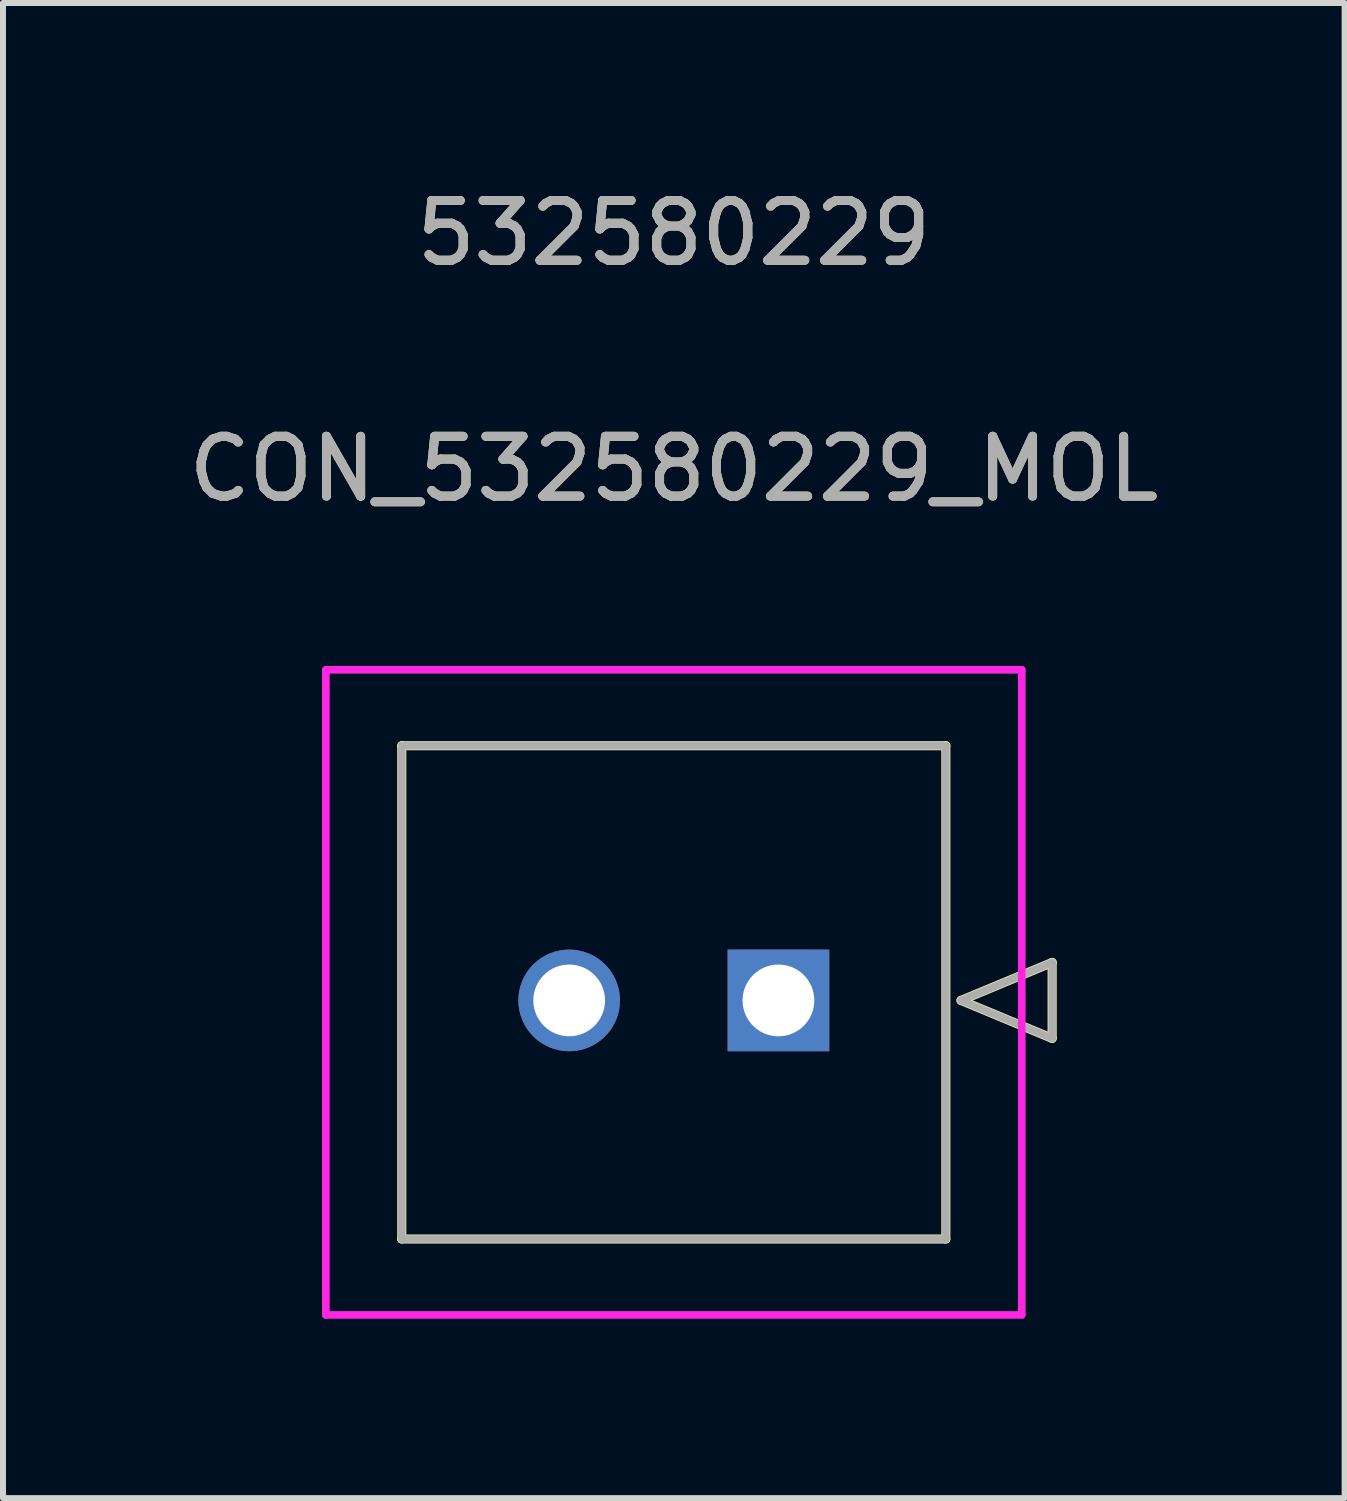
<source format=kicad_pcb>
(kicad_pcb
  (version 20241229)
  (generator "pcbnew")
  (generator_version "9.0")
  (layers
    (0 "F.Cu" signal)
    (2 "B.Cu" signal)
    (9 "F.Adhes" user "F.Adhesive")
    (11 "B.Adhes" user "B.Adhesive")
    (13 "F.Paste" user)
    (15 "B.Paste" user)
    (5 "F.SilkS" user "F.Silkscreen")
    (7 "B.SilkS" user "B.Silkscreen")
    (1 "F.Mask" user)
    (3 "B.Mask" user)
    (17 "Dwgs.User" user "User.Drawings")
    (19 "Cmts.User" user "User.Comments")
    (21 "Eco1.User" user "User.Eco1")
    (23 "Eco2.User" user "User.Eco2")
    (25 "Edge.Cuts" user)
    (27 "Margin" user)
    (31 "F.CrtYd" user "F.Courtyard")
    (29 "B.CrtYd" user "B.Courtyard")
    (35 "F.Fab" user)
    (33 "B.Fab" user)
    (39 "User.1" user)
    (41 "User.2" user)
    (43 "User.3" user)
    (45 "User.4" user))
  (footprint "CON_532580229_MOL"
    (layer "F.Cu")
    (at 9.97 13.683)
    (property "Reference" "CON_532580229_MOL" (at -1.75 -8.89 0) (unlocked yes) (layer "F.SilkS") (effects (font (size 1 1) (thickness 0.15))))
    (attr through_hole)
    (fp_line (start -6.3 -4.26) (end -6.3 3.99) (stroke (width 0.152) (type solid)) (layer "F.SilkS"))
    (fp_line (start -6.3 3.99) (end 2.8 3.99) (stroke (width 0.152) (type solid)) (layer "F.SilkS"))
    (fp_line (start 2.8 -4.26) (end -6.3 -4.26) (stroke (width 0.152) (type solid)) (layer "F.SilkS"))
    (fp_line (start 2.8 3.99) (end 2.8 -4.26) (stroke (width 0.152) (type solid)) (layer "F.SilkS"))
    (fp_line (start 3.054 0) (end 4.578 -0.635) (stroke (width 0.152) (type solid)) (layer "F.SilkS"))
    (fp_line (start 4.578 -0.635) (end 4.578 0.635) (stroke (width 0.152) (type solid)) (layer "F.SilkS"))
    (fp_line (start 4.578 0.635) (end 3.054 0) (stroke (width 0.152) (type solid)) (layer "F.SilkS"))
    (fp_line (start -7.57 -5.53) (end -7.57 5.26) (stroke (width 0.127) (type solid)) (layer "F.CrtYd"))
    (fp_line (start -7.57 5.26) (end 4.07 5.26) (stroke (width 0.127) (type solid)) (layer "F.CrtYd"))
    (fp_line (start 4.07 -5.53) (end -7.57 -5.53) (stroke (width 0.127) (type solid)) (layer "F.CrtYd"))
    (fp_line (start 4.07 5.26) (end 4.07 -5.53) (stroke (width 0.127) (type solid)) (layer "F.CrtYd"))
    (fp_line (start -6.3 -4.26) (end -6.3 3.99) (stroke (width 0.127) (type solid)) (layer "F.Fab"))
    (fp_line (start -6.3 3.99) (end 2.8 3.99) (stroke (width 0.127) (type solid)) (layer "F.Fab"))
    (fp_line (start 2.8 -4.26) (end -6.3 -4.26) (stroke (width 0.127) (type solid)) (layer "F.Fab"))
    (fp_line (start 2.8 3.99) (end 2.8 -4.26) (stroke (width 0.127) (type solid)) (layer "F.Fab"))
    (fp_line (start 3.054 0) (end 4.578 -0.635) (stroke (width 0.127) (type solid)) (layer "F.Fab"))
    (fp_line (start 4.578 -0.635) (end 4.578 0.635) (stroke (width 0.127) (type solid)) (layer "F.Fab"))
    (fp_line (start 4.578 0.635) (end 3.054 0) (stroke (width 0.127) (type solid)) (layer "F.Fab"))
    (fp_text user "532580229" (at -1.75 -12.835 0) (unlocked yes) (layer "F.SilkS") (effects (font (size 1 1) (thickness 0.15))))
    (fp_text user "532580229" (at -1.75 -12.835 0) (unlocked yes) (layer "F.Fab") (effects (font (size 1 1) (thickness 0.15))))
    (fp_text user "${REFERENCE}" (at -1.75 -8.89 0) (unlocked yes) (layer "F.Fab") (effects (font (size 1 1) (thickness 0.15))))
    (pad "1" thru_hole rect (at 0 0) (size 1.7 1.7) (drill 1.2) (layers "*.Cu" "*.Mask"))
    (pad "2" thru_hole circle (at -3.5 0) (size 1.7 1.7) (drill 1.2) (layers "*.Cu" "*.Mask")))
  (gr_rect
    (start -3 -3)
    (end 19.44 22.007)
    (stroke (width 0.1) (type default))
    (fill no)
    (layer "Edge.Cuts")))
</source>
